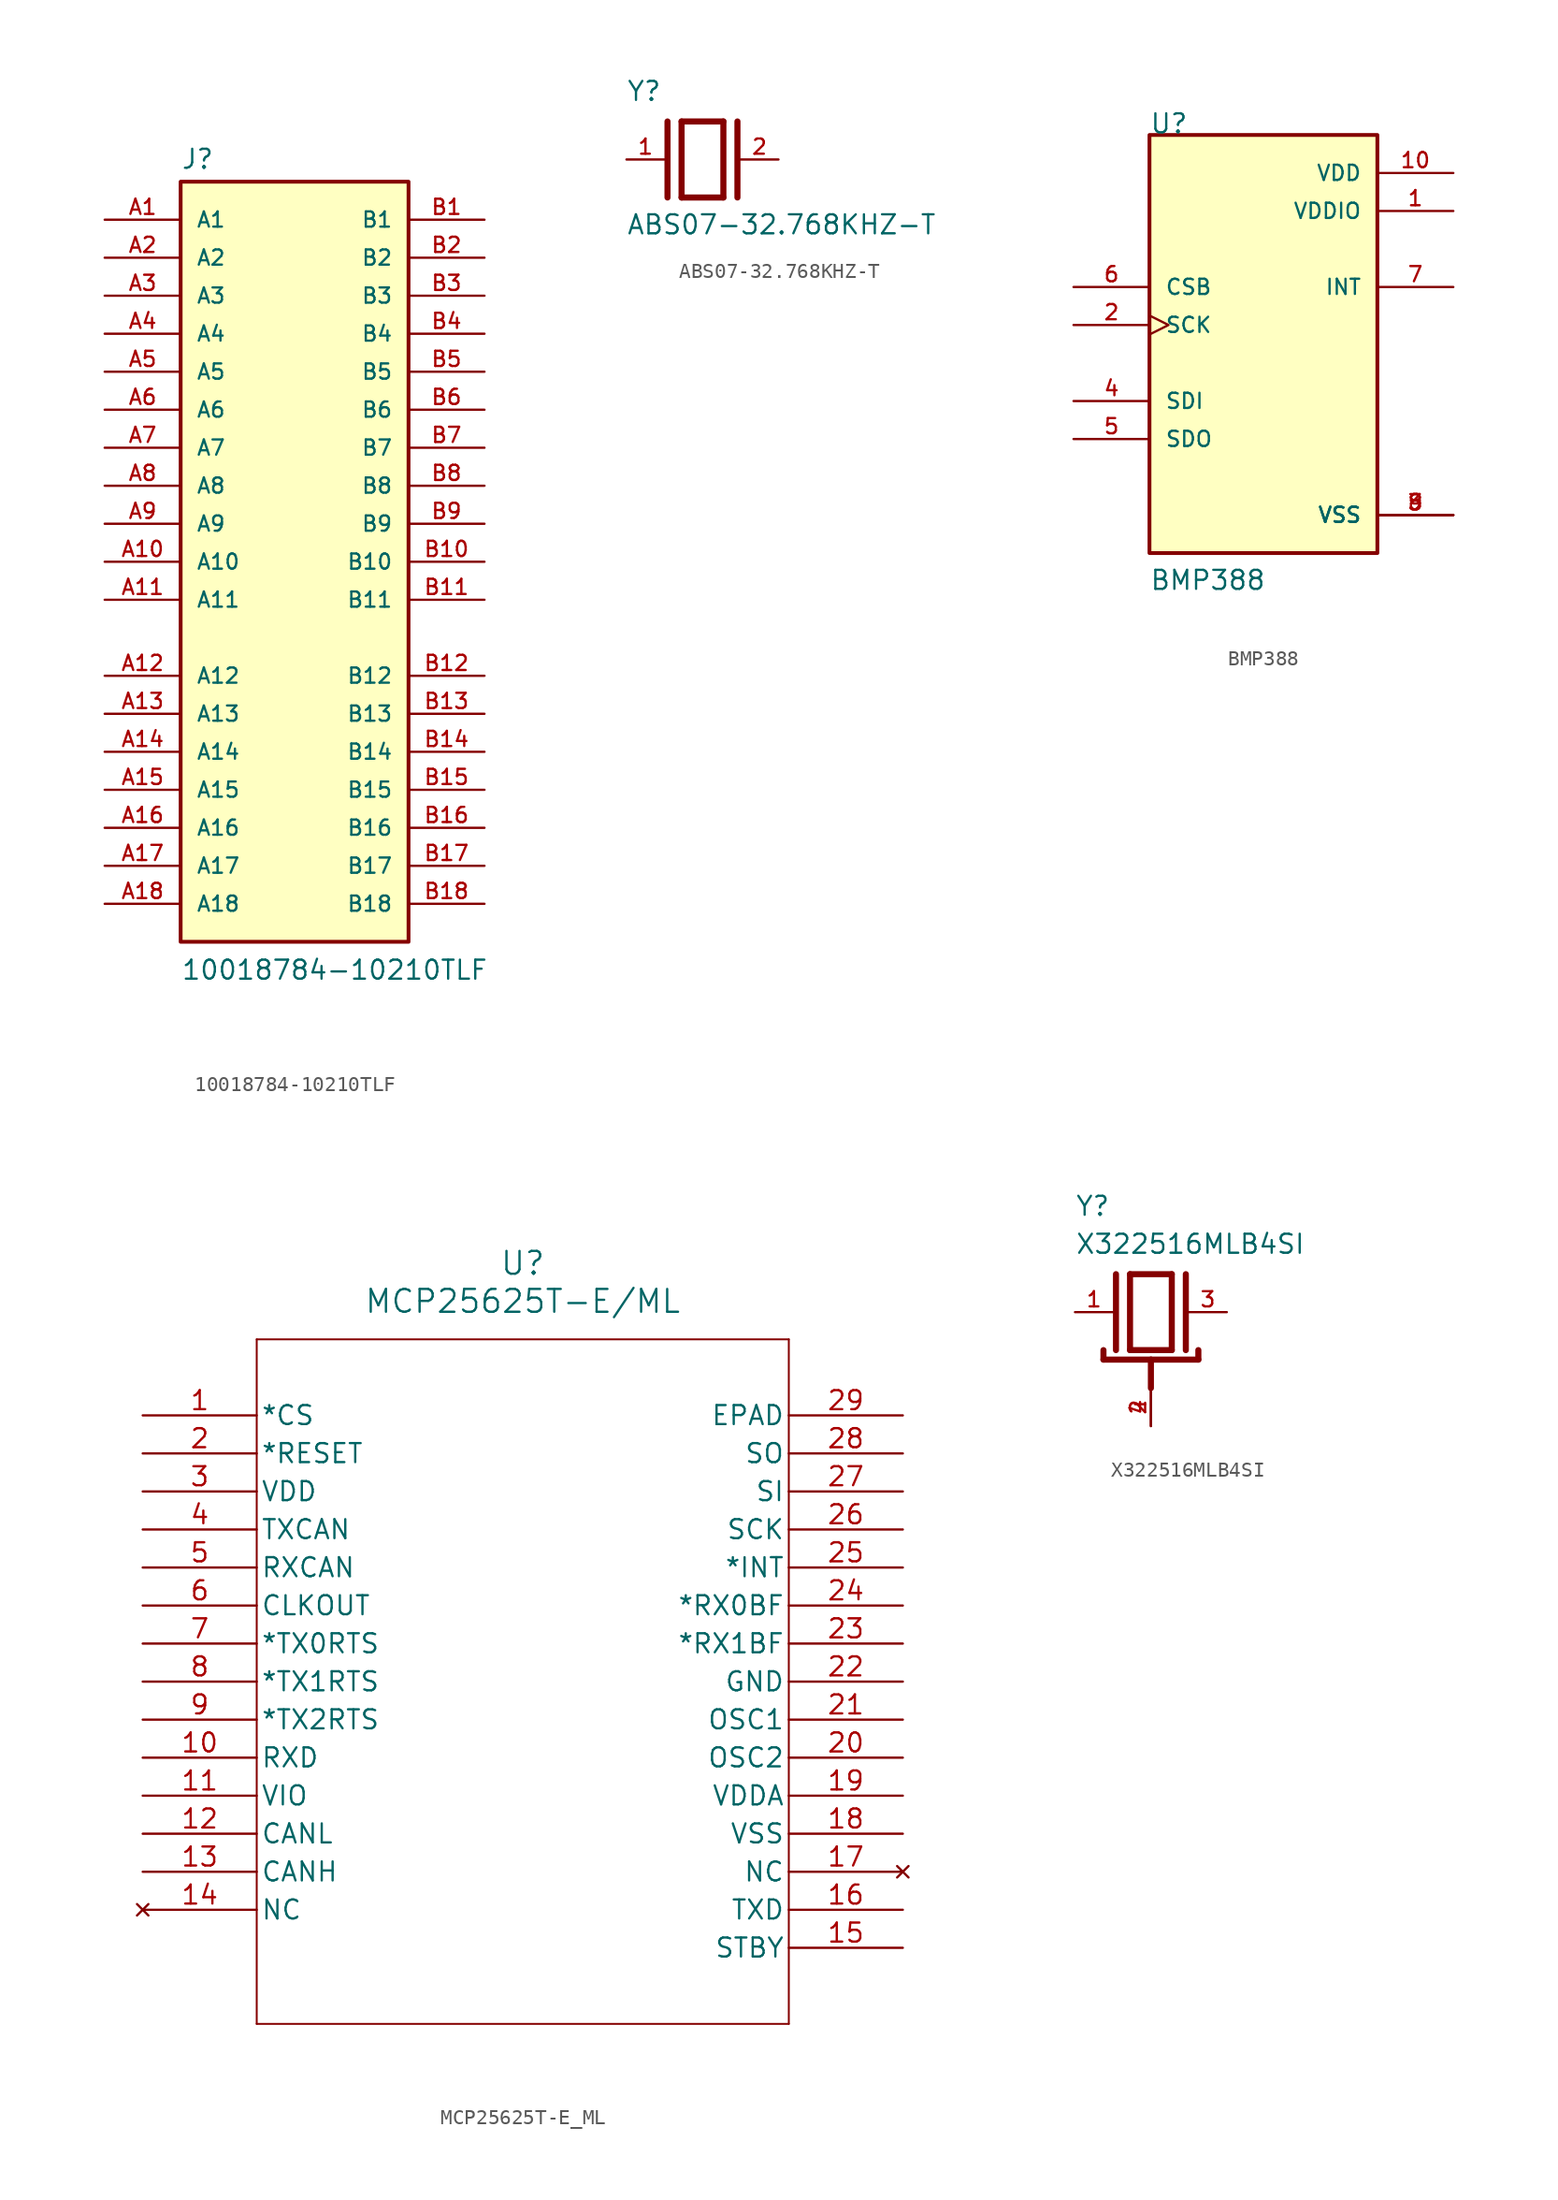
<source format=kicad_sym>
(kicad_symbol_lib
  (version 20241209)
  (generator "kicad_symbol_editor")
  (generator_version "9.0")
  (symbol "10018784-10210TLF"
    (pin_names
      (offset 1.016))
    (property "Reference" "J"
      (at -7.611 26.168 0)
      (effects (font (size 1.27 1.27)) (justify left bottom)))
    (property "Value" "10018784-10210TLF"
      (at -7.611 -28.025 0)
      (effects (font (size 1.27 1.27)) (justify left bottom)))
    (symbol "10018784-10210TLF_0_0"
      (rectangle (start -7.62 -25.4) (end 7.62 25.4) (stroke (width 0.254) (type default)) (fill (type background)))
      (pin passive line (at -12.7 22.86 0) (length 5.08) (name "A1" (effects (font (size 1.016 1.016)))) (number "A1" (effects (font (size 1.016 1.016)))))
      (pin passive line (at -12.7 20.32 0) (length 5.08) (name "A2" (effects (font (size 1.016 1.016)))) (number "A2" (effects (font (size 1.016 1.016)))))
      (pin passive line (at -12.7 17.78 0) (length 5.08) (name "A3" (effects (font (size 1.016 1.016)))) (number "A3" (effects (font (size 1.016 1.016)))))
      (pin passive line (at -12.7 15.24 0) (length 5.08) (name "A4" (effects (font (size 1.016 1.016)))) (number "A4" (effects (font (size 1.016 1.016)))))
      (pin passive line (at -12.7 12.7 0) (length 5.08) (name "A5" (effects (font (size 1.016 1.016)))) (number "A5" (effects (font (size 1.016 1.016)))))
      (pin passive line (at -12.7 10.16 0) (length 5.08) (name "A6" (effects (font (size 1.016 1.016)))) (number "A6" (effects (font (size 1.016 1.016)))))
      (pin passive line (at -12.7 7.62 0) (length 5.08) (name "A7" (effects (font (size 1.016 1.016)))) (number "A7" (effects (font (size 1.016 1.016)))))
      (pin passive line (at -12.7 5.08 0) (length 5.08) (name "A8" (effects (font (size 1.016 1.016)))) (number "A8" (effects (font (size 1.016 1.016)))))
      (pin passive line (at -12.7 2.54 0) (length 5.08) (name "A9" (effects (font (size 1.016 1.016)))) (number "A9" (effects (font (size 1.016 1.016)))))
      (pin passive line (at -12.7 0 0) (length 5.08) (name "A10" (effects (font (size 1.016 1.016)))) (number "A10" (effects (font (size 1.016 1.016)))))
      (pin passive line (at -12.7 -2.54 0) (length 5.08) (name "A11" (effects (font (size 1.016 1.016)))) (number "A11" (effects (font (size 1.016 1.016)))))
      (pin passive line (at -12.7 -7.62 0) (length 5.08) (name "A12" (effects (font (size 1.016 1.016)))) (number "A12" (effects (font (size 1.016 1.016)))))
      (pin passive line (at -12.7 -10.16 0) (length 5.08) (name "A13" (effects (font (size 1.016 1.016)))) (number "A13" (effects (font (size 1.016 1.016)))))
      (pin passive line (at -12.7 -12.7 0) (length 5.08) (name "A14" (effects (font (size 1.016 1.016)))) (number "A14" (effects (font (size 1.016 1.016)))))
      (pin passive line (at -12.7 -15.24 0) (length 5.08) (name "A15" (effects (font (size 1.016 1.016)))) (number "A15" (effects (font (size 1.016 1.016)))))
      (pin passive line (at -12.7 -17.78 0) (length 5.08) (name "A16" (effects (font (size 1.016 1.016)))) (number "A16" (effects (font (size 1.016 1.016)))))
      (pin passive line (at -12.7 -20.32 0) (length 5.08) (name "A17" (effects (font (size 1.016 1.016)))) (number "A17" (effects (font (size 1.016 1.016)))))
      (pin passive line (at -12.7 -22.86 0) (length 5.08) (name "A18" (effects (font (size 1.016 1.016)))) (number "A18" (effects (font (size 1.016 1.016)))))
      (pin passive line (at 12.7 22.86 180) (length 5.08) (name "B1" (effects (font (size 1.016 1.016)))) (number "B1" (effects (font (size 1.016 1.016)))))
      (pin passive line (at 12.7 20.32 180) (length 5.08) (name "B2" (effects (font (size 1.016 1.016)))) (number "B2" (effects (font (size 1.016 1.016)))))
      (pin passive line (at 12.7 17.78 180) (length 5.08) (name "B3" (effects (font (size 1.016 1.016)))) (number "B3" (effects (font (size 1.016 1.016)))))
      (pin passive line (at 12.7 15.24 180) (length 5.08) (name "B4" (effects (font (size 1.016 1.016)))) (number "B4" (effects (font (size 1.016 1.016)))))
      (pin passive line (at 12.7 12.7 180) (length 5.08) (name "B5" (effects (font (size 1.016 1.016)))) (number "B5" (effects (font (size 1.016 1.016)))))
      (pin passive line (at 12.7 10.16 180) (length 5.08) (name "B6" (effects (font (size 1.016 1.016)))) (number "B6" (effects (font (size 1.016 1.016)))))
      (pin passive line (at 12.7 7.62 180) (length 5.08) (name "B7" (effects (font (size 1.016 1.016)))) (number "B7" (effects (font (size 1.016 1.016)))))
      (pin passive line (at 12.7 5.08 180) (length 5.08) (name "B8" (effects (font (size 1.016 1.016)))) (number "B8" (effects (font (size 1.016 1.016)))))
      (pin passive line (at 12.7 2.54 180) (length 5.08) (name "B9" (effects (font (size 1.016 1.016)))) (number "B9" (effects (font (size 1.016 1.016)))))
      (pin passive line (at 12.7 0 180) (length 5.08) (name "B10" (effects (font (size 1.016 1.016)))) (number "B10" (effects (font (size 1.016 1.016)))))
      (pin passive line (at 12.7 -2.54 180) (length 5.08) (name "B11" (effects (font (size 1.016 1.016)))) (number "B11" (effects (font (size 1.016 1.016)))))
      (pin passive line (at 12.7 -7.62 180) (length 5.08) (name "B12" (effects (font (size 1.016 1.016)))) (number "B12" (effects (font (size 1.016 1.016)))))
      (pin passive line (at 12.7 -10.16 180) (length 5.08) (name "B13" (effects (font (size 1.016 1.016)))) (number "B13" (effects (font (size 1.016 1.016)))))
      (pin passive line (at 12.7 -12.7 180) (length 5.08) (name "B14" (effects (font (size 1.016 1.016)))) (number "B14" (effects (font (size 1.016 1.016)))))
      (pin passive line (at 12.7 -15.24 180) (length 5.08) (name "B15" (effects (font (size 1.016 1.016)))) (number "B15" (effects (font (size 1.016 1.016)))))
      (pin passive line (at 12.7 -17.78 180) (length 5.08) (name "B16" (effects (font (size 1.016 1.016)))) (number "B16" (effects (font (size 1.016 1.016)))))
      (pin passive line (at 12.7 -20.32 180) (length 5.08) (name "B17" (effects (font (size 1.016 1.016)))) (number "B17" (effects (font (size 1.016 1.016)))))
      (pin passive line (at 12.7 -22.86 180) (length 5.08) (name "B18" (effects (font (size 1.016 1.016)))) (number "B18" (effects (font (size 1.016 1.016)))))))
  (symbol "ABS07-32.768KHZ-T"
    (pin_names
      (offset 1.016))
    (property "Reference" "Y"
      (at -5.088 3.816 0)
      (effects (font (size 1.27 1.27)) (justify left bottom)))
    (property "Value" "ABS07-32.768KHZ-T"
      (at -5.094 -5.094 0)
      (effects (font (size 1.27 1.27)) (justify left bottom)))
    (symbol "ABS07-32.768KHZ-T_0_0"
      (polyline (pts (xy -2.337 2.54) (xy -2.337 -2.54)) (stroke (width 0.406) (type default)) (fill (type none)))
      (polyline (pts (xy -1.397 2.54) (xy -1.397 -2.54)) (stroke (width 0.406) (type default)) (fill (type none)))
      (polyline (pts (xy -1.397 2.54) (xy 1.397 2.54)) (stroke (width 0.406) (type default)) (fill (type none)))
      (polyline (pts (xy 1.397 2.54) (xy 1.397 -2.54)) (stroke (width 0.406) (type default)) (fill (type none)))
      (polyline (pts (xy 1.397 -2.54) (xy -1.397 -2.54)) (stroke (width 0.406) (type default)) (fill (type none)))
      (polyline (pts (xy 2.337 2.54) (xy 2.337 -2.54)) (stroke (width 0.406) (type default)) (fill (type none)))
      (pin passive line (at -5.08 0 0) (length 2.54) (name "~" (effects (font (size 1.016 1.016)))) (number "1" (effects (font (size 1.016 1.016)))))
      (pin passive line (at 5.08 0 180) (length 2.54) (name "~" (effects (font (size 1.016 1.016)))) (number "2" (effects (font (size 1.016 1.016)))))))
  (symbol "BMP388"
    (pin_names
      (offset 1.016))
    (property "Reference" "U"
      (at -7.628 15.256 0)
      (effects (font (size 1.27 1.27)) (justify left bottom)))
    (property "Value" "BMP388"
      (at -7.627 -15.254 0)
      (effects (font (size 1.27 1.27)) (justify left bottom)))
    (symbol "BMP388_0_0"
      (rectangle (start -7.62 -12.7) (end 7.62 15.24) (stroke (width 0.254) (type default)) (fill (type background)))
      (pin input line (at -12.7 5.08 0) (length 5.08) (name "CSB" (effects (font (size 1.016 1.016)))) (number "6" (effects (font (size 1.016 1.016)))))
      (pin input clock (at -12.7 2.54 0) (length 5.08) (name "SCK" (effects (font (size 1.016 1.016)))) (number "2" (effects (font (size 1.016 1.016)))))
      (pin bidirectional line (at -12.7 -2.54 0) (length 5.08) (name "SDI" (effects (font (size 1.016 1.016)))) (number "4" (effects (font (size 1.016 1.016)))))
      (pin bidirectional line (at -12.7 -5.08 0) (length 5.08) (name "SDO" (effects (font (size 1.016 1.016)))) (number "5" (effects (font (size 1.016 1.016)))))
      (pin power_in line (at 12.7 12.7 180) (length 5.08) (name "VDD" (effects (font (size 1.016 1.016)))) (number "10" (effects (font (size 1.016 1.016)))))
      (pin power_in line (at 12.7 10.16 180) (length 5.08) (name "VDDIO" (effects (font (size 1.016 1.016)))) (number "1" (effects (font (size 1.016 1.016)))))
      (pin output line (at 12.7 5.08 180) (length 5.08) (name "INT" (effects (font (size 1.016 1.016)))) (number "7" (effects (font (size 1.016 1.016)))))
      (pin power_in line (at 12.7 -10.16 180) (length 5.08) (name "VSS" (effects (font (size 1.016 1.016)))) (number "3" (effects (font (size 1.016 1.016)))))
      (pin power_in line (at 12.7 -10.16 180) (length 5.08) (name "VSS" (effects (font (size 1.016 1.016)))) (number "8" (effects (font (size 1.016 1.016)))))
      (pin power_in line (at 12.7 -10.16 180) (length 5.08) (name "VSS" (effects (font (size 1.016 1.016)))) (number "9" (effects (font (size 1.016 1.016)))))))
  (symbol "MCP25625T-E_ML"
    (pin_names
      (offset 0.254))
    (property "Reference" "U"
      (at 25.4 10.16 0)
      (effects (font (size 1.524 1.524))))
    (property "Value" "MCP25625T-E/ML"
      (at 25.4 7.62 0)
      (effects (font (size 1.524 1.524))))
    (property "ki_locked" ""
      (at 0 0 0)
      (effects (font (size 1.27 1.27))))
    (symbol "MCP25625T-E_ML_0_1"
      (polyline (pts (xy 7.62 5.08) (xy 7.62 -40.64)) (stroke (width 0.127) (type default)) (fill (type none)))
      (polyline (pts (xy 7.62 -40.64) (xy 43.18 -40.64)) (stroke (width 0.127) (type default)) (fill (type none)))
      (polyline (pts (xy 43.18 5.08) (xy 7.62 5.08)) (stroke (width 0.127) (type default)) (fill (type none)))
      (polyline (pts (xy 43.18 -40.64) (xy 43.18 5.08)) (stroke (width 0.127) (type default)) (fill (type none)))
      (pin input line (at 0 0 0) (length 7.62) (name "*CS" (effects (font (size 1.27 1.27)))) (number "1" (effects (font (size 1.27 1.27)))))
      (pin input line (at 0 -2.54 0) (length 7.62) (name "*RESET" (effects (font (size 1.27 1.27)))) (number "2" (effects (font (size 1.27 1.27)))))
      (pin power_in line (at 0 -5.08 0) (length 7.62) (name "VDD" (effects (font (size 1.27 1.27)))) (number "3" (effects (font (size 1.27 1.27)))))
      (pin output line (at 0 -7.62 0) (length 7.62) (name "TXCAN" (effects (font (size 1.27 1.27)))) (number "4" (effects (font (size 1.27 1.27)))))
      (pin input line (at 0 -10.16 0) (length 7.62) (name "RXCAN" (effects (font (size 1.27 1.27)))) (number "5" (effects (font (size 1.27 1.27)))))
      (pin output line (at 0 -12.7 0) (length 7.62) (name "CLKOUT" (effects (font (size 1.27 1.27)))) (number "6" (effects (font (size 1.27 1.27)))))
      (pin input line (at 0 -15.24 0) (length 7.62) (name "*TX0RTS" (effects (font (size 1.27 1.27)))) (number "7" (effects (font (size 1.27 1.27)))))
      (pin input line (at 0 -17.78 0) (length 7.62) (name "*TX1RTS" (effects (font (size 1.27 1.27)))) (number "8" (effects (font (size 1.27 1.27)))))
      (pin input line (at 0 -20.32 0) (length 7.62) (name "*TX2RTS" (effects (font (size 1.27 1.27)))) (number "9" (effects (font (size 1.27 1.27)))))
      (pin output line (at 0 -22.86 0) (length 7.62) (name "RXD" (effects (font (size 1.27 1.27)))) (number "10" (effects (font (size 1.27 1.27)))))
      (pin power_in line (at 0 -25.4 0) (length 7.62) (name "VIO" (effects (font (size 1.27 1.27)))) (number "11" (effects (font (size 1.27 1.27)))))
      (pin bidirectional line (at 0 -27.94 0) (length 7.62) (name "CANL" (effects (font (size 1.27 1.27)))) (number "12" (effects (font (size 1.27 1.27)))))
      (pin bidirectional line (at 0 -30.48 0) (length 7.62) (name "CANH" (effects (font (size 1.27 1.27)))) (number "13" (effects (font (size 1.27 1.27)))))
      (pin no_connect line (at 0 -33.02 0) (length 7.62) (name "NC" (effects (font (size 1.27 1.27)))) (number "14" (effects (font (size 1.27 1.27)))))
      (pin unspecified line (at 50.8 0 180) (length 7.62) (name "EPAD" (effects (font (size 1.27 1.27)))) (number "29" (effects (font (size 1.27 1.27)))))
      (pin output line (at 50.8 -2.54 180) (length 7.62) (name "SO" (effects (font (size 1.27 1.27)))) (number "28" (effects (font (size 1.27 1.27)))))
      (pin input line (at 50.8 -5.08 180) (length 7.62) (name "SI" (effects (font (size 1.27 1.27)))) (number "27" (effects (font (size 1.27 1.27)))))
      (pin input line (at 50.8 -7.62 180) (length 7.62) (name "SCK" (effects (font (size 1.27 1.27)))) (number "26" (effects (font (size 1.27 1.27)))))
      (pin output line (at 50.8 -10.16 180) (length 7.62) (name "*INT" (effects (font (size 1.27 1.27)))) (number "25" (effects (font (size 1.27 1.27)))))
      (pin output line (at 50.8 -12.7 180) (length 7.62) (name "*RX0BF" (effects (font (size 1.27 1.27)))) (number "24" (effects (font (size 1.27 1.27)))))
      (pin output line (at 50.8 -15.24 180) (length 7.62) (name "*RX1BF" (effects (font (size 1.27 1.27)))) (number "23" (effects (font (size 1.27 1.27)))))
      (pin power_in line (at 50.8 -17.78 180) (length 7.62) (name "GND" (effects (font (size 1.27 1.27)))) (number "22" (effects (font (size 1.27 1.27)))))
      (pin input line (at 50.8 -20.32 180) (length 7.62) (name "OSC1" (effects (font (size 1.27 1.27)))) (number "21" (effects (font (size 1.27 1.27)))))
      (pin output line (at 50.8 -22.86 180) (length 7.62) (name "OSC2" (effects (font (size 1.27 1.27)))) (number "20" (effects (font (size 1.27 1.27)))))
      (pin power_in line (at 50.8 -25.4 180) (length 7.62) (name "VDDA" (effects (font (size 1.27 1.27)))) (number "19" (effects (font (size 1.27 1.27)))))
      (pin power_in line (at 50.8 -27.94 180) (length 7.62) (name "VSS" (effects (font (size 1.27 1.27)))) (number "18" (effects (font (size 1.27 1.27)))))
      (pin no_connect line (at 50.8 -30.48 180) (length 7.62) (name "NC" (effects (font (size 1.27 1.27)))) (number "17" (effects (font (size 1.27 1.27)))))
      (pin input line (at 50.8 -33.02 180) (length 7.62) (name "TXD" (effects (font (size 1.27 1.27)))) (number "16" (effects (font (size 1.27 1.27)))))
      (pin input line (at 50.8 -35.56 180) (length 7.62) (name "STBY" (effects (font (size 1.27 1.27)))) (number "15" (effects (font (size 1.27 1.27)))))))
  (symbol "X322516MLB4SI"
    (pin_names
      (offset 1.016))
    (property "Reference" "Y"
      (at -5.08 6.35 0)
      (effects (font (size 1.27 1.27)) (justify left bottom)))
    (property "Value" "X322516MLB4SI"
      (at -5.08 3.81 0)
      (effects (font (size 1.27 1.27)) (justify left bottom)))
    (symbol "X322516MLB4SI_0_0"
      (polyline (pts (xy -3.175 -2.54) (xy -3.175 -3.175)) (stroke (width 0.406) (type default)) (fill (type none)))
      (polyline (pts (xy -3.175 -3.175) (xy 0 -3.175)) (stroke (width 0.406) (type default)) (fill (type none)))
      (polyline (pts (xy -2.337 2.54) (xy -2.337 -2.54)) (stroke (width 0.406) (type default)) (fill (type none)))
      (polyline (pts (xy -1.397 2.54) (xy -1.397 -2.54)) (stroke (width 0.406) (type default)) (fill (type none)))
      (polyline (pts (xy -1.397 2.54) (xy 1.397 2.54)) (stroke (width 0.406) (type default)) (fill (type none)))
      (polyline (pts (xy 0 -3.175) (xy 3.175 -3.175)) (stroke (width 0.406) (type default)) (fill (type none)))
      (polyline (pts (xy 0 -5.08) (xy 0 -3.175)) (stroke (width 0.406) (type default)) (fill (type none)))
      (polyline (pts (xy 1.397 2.54) (xy 1.397 -2.54)) (stroke (width 0.406) (type default)) (fill (type none)))
      (polyline (pts (xy 1.397 -2.54) (xy -1.397 -2.54)) (stroke (width 0.406) (type default)) (fill (type none)))
      (polyline (pts (xy 2.337 2.54) (xy 2.337 -2.54)) (stroke (width 0.406) (type default)) (fill (type none)))
      (polyline (pts (xy 3.175 -3.175) (xy 3.175 -2.54)) (stroke (width 0.406) (type default)) (fill (type none)))
      (pin passive line (at -5.08 0 0) (length 2.54) (name "~" (effects (font (size 1.016 1.016)))) (number "1" (effects (font (size 1.016 1.016)))))
      (pin power_in line (at 0 -7.62 90) (length 2.54) (name "~" (effects (font (size 1.016 1.016)))) (number "2" (effects (font (size 1.016 1.016)))))
      (pin power_in line (at 0 -7.62 90) (length 2.54) (name "~" (effects (font (size 1.016 1.016)))) (number "4" (effects (font (size 1.016 1.016)))))
      (pin passive line (at 5.08 0 180) (length 2.54) (name "~" (effects (font (size 1.016 1.016)))) (number "3" (effects (font (size 1.016 1.016))))))))
</source>
